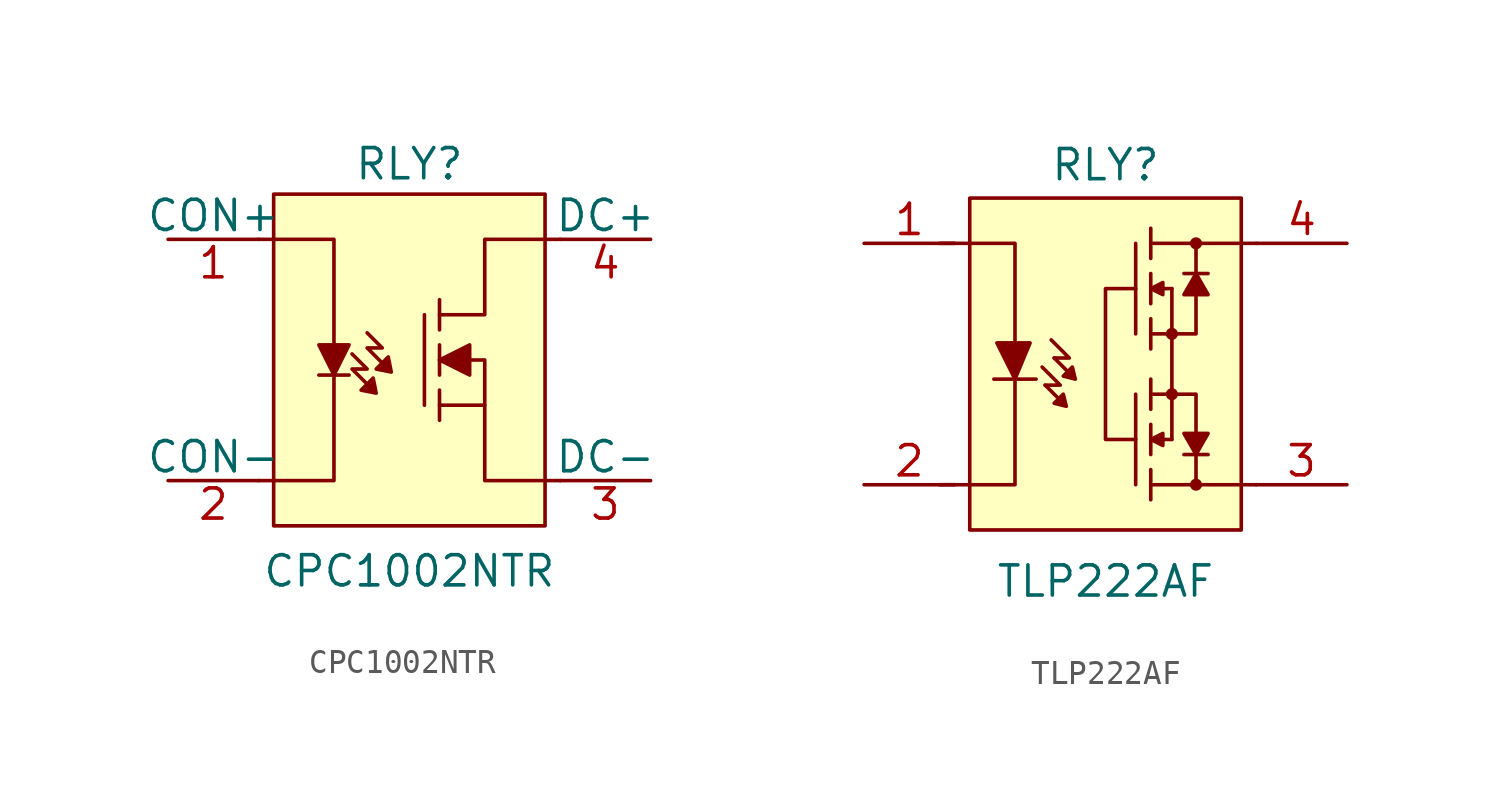
<source format=kicad_sym>
(kicad_symbol_lib
  (version 20231120)
  (generator "kicad_symbol_editor")
  (generator_version "8.0")
  (symbol "CPC1002NTR"
    (pin_names
      (offset 0))
    (property "Reference" "RLY"
      (at 0 8.255 0)
      (effects (font (size 1.27 1.27))))
    (property "Value" "CPC1002NTR"
      (at 0 -8.89 0)
      (effects (font (size 1.27 1.27))))
    (symbol "CPC1002NTR_0_1"
      (polyline (pts (xy -3.81 -0.635) (xy -2.54 -0.635)) (stroke (width 0) (type default)) (fill (type none)))
      (polyline (pts (xy 0.635 1.905) (xy 0.635 -1.905)) (stroke (width 0) (type default)) (fill (type none)))
      (polyline (pts (xy 1.27 -1.27) (xy 1.27 -2.54)) (stroke (width 0) (type default)) (fill (type none)))
      (polyline (pts (xy 1.27 -0.635) (xy 1.27 0.635)) (stroke (width 0) (type default)) (fill (type none)))
      (polyline (pts (xy 1.27 1.27) (xy 1.27 2.54)) (stroke (width 0) (type default)) (fill (type none)))
      (polyline (pts (xy 3.175 -1.905) (xy 3.175 0) (xy 1.27 0)) (stroke (width 0) (type default)) (fill (type none)))
      (polyline (pts (xy -6.35 5.08) (xy -3.175 5.08) (xy -3.175 -5.08) (xy -6.35 -5.08)) (stroke (width 0) (type default)) (fill (type none)))
      (polyline (pts (xy -3.81 0.635) (xy -2.54 0.635) (xy -3.175 -0.635) (xy -3.81 0.635)) (stroke (width 0) (type default)) (fill (type outline)))
      (polyline (pts (xy -2.413 0.254) (xy -1.778 -0.381) (xy -2.413 -0.381) (xy -1.778 -1.016)) (stroke (width 0) (type default)) (fill (type none)))
      (polyline (pts (xy -1.778 1.143) (xy -1.143 0.508) (xy -1.778 0.508) (xy -1.143 -0.127)) (stroke (width 0) (type default)) (fill (type none)))
      (polyline (pts (xy -1.524 -0.762) (xy -2.032 -1.27) (xy -1.397 -1.397) (xy -1.524 -0.762)) (stroke (width 0) (type default)) (fill (type outline)))
      (polyline (pts (xy -0.889 0.127) (xy -1.397 -0.381) (xy -0.762 -0.508) (xy -0.889 0.127)) (stroke (width 0) (type default)) (fill (type outline)))
      (polyline (pts (xy 1.27 -1.905) (xy 3.175 -1.905) (xy 3.175 -5.08) (xy 6.35 -5.08)) (stroke (width 0) (type default)) (fill (type none)))
      (polyline (pts (xy 1.27 0) (xy 2.54 0.635) (xy 2.54 -0.635) (xy 1.27 0)) (stroke (width 0) (type default)) (fill (type outline)))
      (polyline (pts (xy 1.27 1.905) (xy 3.175 1.905) (xy 3.175 5.08) (xy 6.35 5.08)) (stroke (width 0) (type default)) (fill (type none)))
      (rectangle (start 5.715 6.985) (end -5.715 -6.985) (stroke (width 0) (type default)) (fill (type background))))
    (symbol "CPC1002NTR_1_1"
      (pin passive line (at -10.16 5.08 0) (length 3.81) (name "CON+" (effects (font (size 1.27 1.27)))) (number "1" (effects (font (size 1.27 1.27)))))
      (pin passive line (at -10.16 -5.08 0) (length 3.81) (name "CON-" (effects (font (size 1.27 1.27)))) (number "2" (effects (font (size 1.27 1.27)))))
      (pin input line (at 10.16 -5.08 180) (length 3.81) (name "DC-" (effects (font (size 1.27 1.27)))) (number "3" (effects (font (size 1.27 1.27)))))
      (pin output line (at 10.16 5.08 180) (length 3.81) (name "DC+" (effects (font (size 1.27 1.27)))) (number "4" (effects (font (size 1.27 1.27)))))))
  (symbol "TLP222AF"
    (pin_names
      (offset 0) hide)
    (property "Reference" "RLY"
      (at 0 8.382 0)
      (effects (font (size 1.27 1.27))))
    (property "Value" "TLP222AF"
      (at 0 -9.144 0)
      (effects (font (size 1.27 1.27))))
    (symbol "TLP222AF_0_1"
      (rectangle (start -5.715 6.985) (end 5.715 -6.985) (stroke (width 0) (type default)) (fill (type background)))
      (polyline (pts (xy -4.699 -0.635) (xy -2.921 -0.635)) (stroke (width 0) (type default)) (fill (type none)))
      (polyline (pts (xy -2.54 -0.889) (xy -2.032 -1.397)) (stroke (width 0) (type default)) (fill (type none)))
      (polyline (pts (xy -2.159 0.254) (xy -1.651 -0.254)) (stroke (width 0) (type default)) (fill (type none)))
      (polyline (pts (xy 1.27 -1.27) (xy 1.27 -5.08)) (stroke (width 0) (type default)) (fill (type none)))
      (polyline (pts (xy 1.27 5.08) (xy 1.27 1.27)) (stroke (width 0) (type default)) (fill (type none)))
      (polyline (pts (xy 1.905 -3.81) (xy 1.905 -2.54)) (stroke (width 0) (type default)) (fill (type none)))
      (polyline (pts (xy 1.905 -1.905) (xy 1.905 -0.635)) (stroke (width 0) (type default)) (fill (type none)))
      (polyline (pts (xy 1.905 1.905) (xy 1.905 0.635)) (stroke (width 0) (type default)) (fill (type none)))
      (polyline (pts (xy 1.905 3.81) (xy 1.905 2.54)) (stroke (width 0) (type default)) (fill (type none)))
      (polyline (pts (xy 2.794 -3.175) (xy 2.413 -3.175)) (stroke (width 0) (type default)) (fill (type none)))
      (polyline (pts (xy 2.794 -3.175) (xy 2.794 3.175)) (stroke (width 0) (type default)) (fill (type none)))
      (polyline (pts (xy 2.794 3.175) (xy 2.413 3.175)) (stroke (width 0) (type default)) (fill (type none)))
      (polyline (pts (xy 3.302 -3.81) (xy 4.318 -3.81)) (stroke (width 0) (type default)) (fill (type none)))
      (polyline (pts (xy 3.302 3.81) (xy 4.318 3.81)) (stroke (width 0) (type default)) (fill (type none)))
      (polyline (pts (xy 3.81 -3.81) (xy 3.81 -5.08)) (stroke (width 0) (type default)) (fill (type none)))
      (polyline (pts (xy 3.81 3.81) (xy 3.81 5.08)) (stroke (width 0) (type default)) (fill (type none)))
      (polyline (pts (xy -3.81 -0.508) (xy -3.81 -5.08) (xy -6.985 -5.08)) (stroke (width 0) (type default)) (fill (type none)))
      (polyline (pts (xy -3.81 0.508) (xy -3.81 5.08) (xy -6.985 5.08)) (stroke (width 0) (type default)) (fill (type none)))
      (polyline (pts (xy -2.54 -0.889) (xy -1.905 -0.889) (xy -2.667 -0.127)) (stroke (width 0) (type default)) (fill (type none)))
      (polyline (pts (xy -2.159 0.254) (xy -1.524 0.254) (xy -2.286 1.016)) (stroke (width 0) (type default)) (fill (type none)))
      (polyline (pts (xy 1.905 -1.27) (xy 3.81 -1.27) (xy 3.81 -3.175)) (stroke (width 0) (type default)) (fill (type none)))
      (polyline (pts (xy 1.905 1.27) (xy 3.81 1.27) (xy 3.81 3.175)) (stroke (width 0) (type default)) (fill (type none)))
      (polyline (pts (xy -4.572 0.889) (xy -3.175 0.889) (xy -3.81 -0.635) (xy -4.572 0.889)) (stroke (width 0) (type default)) (fill (type outline)))
      (polyline (pts (xy -2.159 -1.651) (xy -1.778 -1.27) (xy -1.651 -1.778) (xy -2.159 -1.651)) (stroke (width 0) (type default)) (fill (type outline)))
      (polyline (pts (xy -1.778 -0.508) (xy -1.397 -0.127) (xy -1.27 -0.635) (xy -1.778 -0.508)) (stroke (width 0) (type default)) (fill (type outline)))
      (polyline (pts (xy 1.27 -3.175) (xy 0 -3.175) (xy 0 3.175) (xy 1.27 3.175)) (stroke (width 0) (type default)) (fill (type none)))
      (polyline (pts (xy 2.413 -2.921) (xy 2.413 -3.429) (xy 1.905 -3.175) (xy 2.413 -2.921)) (stroke (width 0) (type default)) (fill (type outline)))
      (polyline (pts (xy 2.413 3.429) (xy 2.413 2.921) (xy 1.905 3.175) (xy 2.413 3.429)) (stroke (width 0) (type default)) (fill (type outline)))
      (polyline (pts (xy 3.81 -3.81) (xy 3.302 -2.921) (xy 4.318 -2.921) (xy 3.81 -3.81)) (stroke (width 0) (type default)) (fill (type outline)))
      (polyline (pts (xy 3.81 3.81) (xy 3.302 2.921) (xy 4.318 2.921) (xy 3.81 3.81)) (stroke (width 0) (type default)) (fill (type outline)))
      (polyline (pts (xy 6.35 -5.08) (xy 1.905 -5.08) (xy 1.905 -4.445) (xy 1.905 -5.715)) (stroke (width 0) (type default)) (fill (type none)))
      (polyline (pts (xy 6.35 5.08) (xy 1.905 5.08) (xy 1.905 5.715) (xy 1.905 4.445)) (stroke (width 0) (type default)) (fill (type none)))
      (circle (center 2.794 -1.27) (radius 0.178) (stroke (width 0) (type default)) (fill (type outline)))
      (circle (center 2.794 1.27) (radius 0.178) (stroke (width 0) (type default)) (fill (type outline)))
      (circle (center 3.81 -5.08) (radius 0.178) (stroke (width 0) (type default)) (fill (type outline)))
      (circle (center 3.81 5.08) (radius 0.178) (stroke (width 0) (type default)) (fill (type outline))))
    (symbol "TLP222AF_1_1"
      (pin passive line (at -10.16 5.08 0) (length 3.81) (name "A" (effects (font (size 1.27 1.27)))) (number "1" (effects (font (size 1.27 1.27)))))
      (pin passive line (at -10.16 -5.08 0) (length 3.81) (name "K" (effects (font (size 1.27 1.27)))) (number "2" (effects (font (size 1.27 1.27)))))
      (pin passive line (at 10.16 -5.08 180) (length 3.81) (name "DRAIN" (effects (font (size 1.27 1.27)))) (number "3" (effects (font (size 1.27 1.27)))))
      (pin passive line (at 10.16 5.08 180) (length 3.81) (name "DRAIN" (effects (font (size 1.27 1.27)))) (number "4" (effects (font (size 1.27 1.27))))))))
</source>
